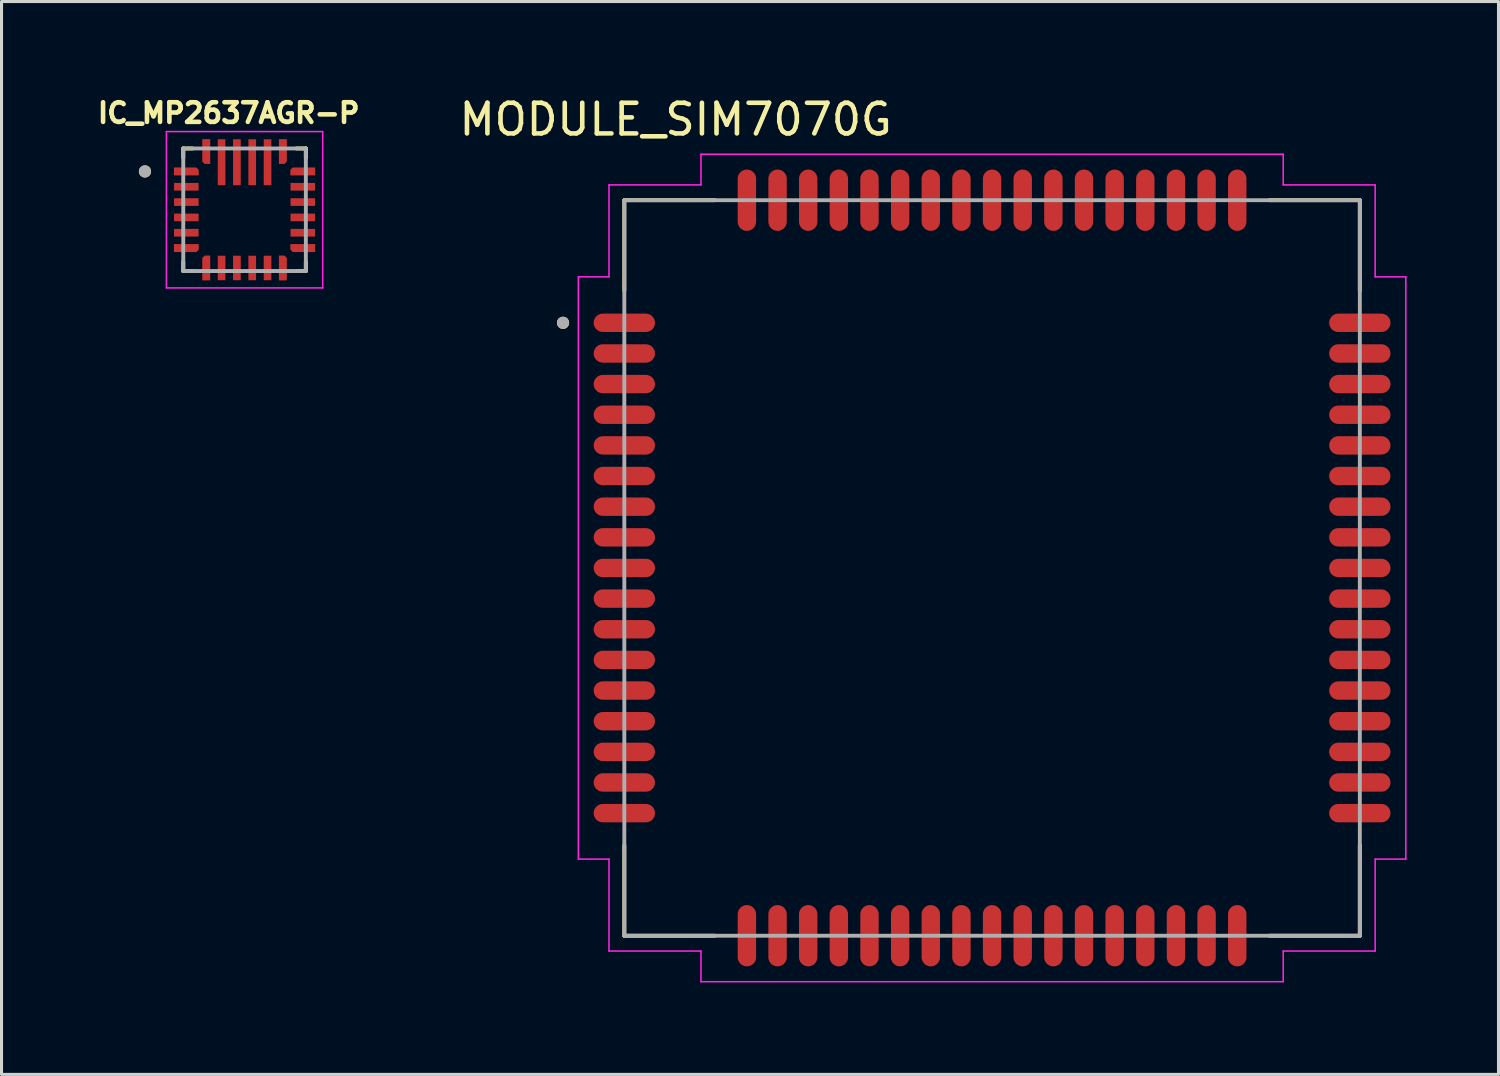
<source format=kicad_pcb>
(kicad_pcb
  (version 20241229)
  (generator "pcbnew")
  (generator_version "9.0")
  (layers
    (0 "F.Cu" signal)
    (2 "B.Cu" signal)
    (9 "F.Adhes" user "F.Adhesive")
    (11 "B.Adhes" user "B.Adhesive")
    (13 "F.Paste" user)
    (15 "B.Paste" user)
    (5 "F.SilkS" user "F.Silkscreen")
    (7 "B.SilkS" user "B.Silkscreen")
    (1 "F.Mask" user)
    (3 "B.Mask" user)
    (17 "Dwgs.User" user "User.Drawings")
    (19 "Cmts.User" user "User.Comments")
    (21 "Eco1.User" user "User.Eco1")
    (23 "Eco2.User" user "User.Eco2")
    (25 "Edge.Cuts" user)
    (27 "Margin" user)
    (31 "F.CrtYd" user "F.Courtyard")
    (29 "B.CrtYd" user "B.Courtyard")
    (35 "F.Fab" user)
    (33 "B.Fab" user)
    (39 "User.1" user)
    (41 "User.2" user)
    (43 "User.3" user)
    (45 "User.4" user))
  (footprint "IC_MP2637AGR-P"
    (layer "F.Cu")
    (at 4.93 3.794)
    (property "Reference" "IC_MP2637AGR-P" (at -0.518 -3.156 0) (layer "F.SilkS") (effects (font (size 0.64 0.64) (thickness 0.15))))
    (attr smd)
    (fp_poly (pts (xy -1.4 -1.025) (xy -2.4 -1.025) (xy -2.4 -1.475) (xy -1.575 -1.475) (xy -1.4 -1.3)) (stroke (width 0.01) (type solid)) (fill yes) (layer "F.Mask"))
    (fp_poly (pts (xy -1.4 1.025) (xy -2.4 1.025) (xy -2.4 1.475) (xy -1.575 1.475) (xy -1.4 1.3)) (stroke (width 0.01) (type solid)) (fill yes) (layer "F.Mask"))
    (fp_poly (pts (xy -1.025 -1.4) (xy -1.025 -2.4) (xy -1.475 -2.4) (xy -1.475 -1.575) (xy -1.3 -1.4)) (stroke (width 0.01) (type solid)) (fill yes) (layer "F.Mask"))
    (fp_poly (pts (xy -1.025 1.4) (xy -1.025 2.4) (xy -1.475 2.4) (xy -1.475 1.575) (xy -1.3 1.4)) (stroke (width 0.01) (type solid)) (fill yes) (layer "F.Mask"))
    (fp_poly (pts (xy 1.025 -1.4) (xy 1.025 -2.4) (xy 1.475 -2.4) (xy 1.475 -1.575) (xy 1.3 -1.4)) (stroke (width 0.01) (type solid)) (fill yes) (layer "F.Mask"))
    (fp_poly (pts (xy 1.025 1.4) (xy 1.025 2.4) (xy 1.475 2.4) (xy 1.475 1.575) (xy 1.3 1.4)) (stroke (width 0.01) (type solid)) (fill yes) (layer "F.Mask"))
    (fp_poly (pts (xy 1.4 -1.025) (xy 2.4 -1.025) (xy 2.4 -1.475) (xy 1.575 -1.475) (xy 1.4 -1.3)) (stroke (width 0.01) (type solid)) (fill yes) (layer "F.Mask"))
    (fp_poly (pts (xy 1.4 1.025) (xy 2.4 1.025) (xy 2.4 1.475) (xy 1.575 1.475) (xy 1.4 1.3)) (stroke (width 0.01) (type solid)) (fill yes) (layer "F.Mask"))
    (fp_line (start -2 -2) (end -1.695 -2) (stroke (width 0.127) (type solid)) (layer "F.SilkS"))
    (fp_line (start -2 -1.695) (end -2 -2) (stroke (width 0.127) (type solid)) (layer "F.SilkS"))
    (fp_line (start -2 2) (end -2 1.695) (stroke (width 0.127) (type solid)) (layer "F.SilkS"))
    (fp_line (start -1.695 2) (end -2 2) (stroke (width 0.127) (type solid)) (layer "F.SilkS"))
    (fp_line (start 1.695 -2) (end 2 -2) (stroke (width 0.127) (type solid)) (layer "F.SilkS"))
    (fp_line (start 2 -2) (end 2 -1.695) (stroke (width 0.127) (type solid)) (layer "F.SilkS"))
    (fp_line (start 2 2) (end 1.695 2) (stroke (width 0.127) (type solid)) (layer "F.SilkS"))
    (fp_line (start 2 2) (end 2 1.695) (stroke (width 0.127) (type solid)) (layer "F.SilkS"))
    (fp_circle (center -3.25 -1.25) (end -3.15 -1.25) (stroke (width 0.2) (type solid)) (fill no) (layer "F.SilkS"))
    (fp_poly (pts (xy -1.5 -1.125) (xy -2.3 -1.125) (xy -2.3 -1.375) (xy -1.575 -1.375) (xy -1.5 -1.3)) (stroke (width 0.01) (type solid)) (fill yes) (layer "F.Paste"))
    (fp_poly (pts (xy -1.5 1.125) (xy -2.3 1.125) (xy -2.3 1.375) (xy -1.575 1.375) (xy -1.5 1.3)) (stroke (width 0.01) (type solid)) (fill yes) (layer "F.Paste"))
    (fp_poly (pts (xy -1.125 -1.5) (xy -1.125 -2.3) (xy -1.375 -2.3) (xy -1.375 -1.575) (xy -1.3 -1.5)) (stroke (width 0.01) (type solid)) (fill yes) (layer "F.Paste"))
    (fp_poly (pts (xy -1.125 1.5) (xy -1.125 2.3) (xy -1.375 2.3) (xy -1.375 1.575) (xy -1.3 1.5)) (stroke (width 0.01) (type solid)) (fill yes) (layer "F.Paste"))
    (fp_poly (pts (xy 1.125 -1.5) (xy 1.125 -2.3) (xy 1.375 -2.3) (xy 1.375 -1.575) (xy 1.3 -1.5)) (stroke (width 0.01) (type solid)) (fill yes) (layer "F.Paste"))
    (fp_poly (pts (xy 1.125 1.5) (xy 1.125 2.3) (xy 1.375 2.3) (xy 1.375 1.575) (xy 1.3 1.5)) (stroke (width 0.01) (type solid)) (fill yes) (layer "F.Paste"))
    (fp_poly (pts (xy 1.5 -1.125) (xy 2.3 -1.125) (xy 2.3 -1.375) (xy 1.575 -1.375) (xy 1.5 -1.3)) (stroke (width 0.01) (type solid)) (fill yes) (layer "F.Paste"))
    (fp_poly (pts (xy 1.5 1.125) (xy 2.3 1.125) (xy 2.3 1.375) (xy 1.575 1.375) (xy 1.5 1.3)) (stroke (width 0.01) (type solid)) (fill yes) (layer "F.Paste"))
    (fp_line (start -2.55 -2.55) (end -2.55 2.55) (stroke (width 0.05) (type solid)) (layer "F.CrtYd"))
    (fp_line (start -2.55 2.55) (end 2.55 2.55) (stroke (width 0.05) (type solid)) (layer "F.CrtYd"))
    (fp_line (start 2.55 -2.55) (end -2.55 -2.55) (stroke (width 0.05) (type solid)) (layer "F.CrtYd"))
    (fp_line (start 2.55 2.55) (end 2.55 -2.55) (stroke (width 0.05) (type solid)) (layer "F.CrtYd"))
    (fp_line (start -2 -2) (end 2 -2) (stroke (width 0.127) (type solid)) (layer "F.Fab"))
    (fp_line (start -2 2) (end -2 -2) (stroke (width 0.127) (type solid)) (layer "F.Fab"))
    (fp_line (start 2 -2) (end 2 2) (stroke (width 0.127) (type solid)) (layer "F.Fab"))
    (fp_line (start 2 2) (end -2 2) (stroke (width 0.127) (type solid)) (layer "F.Fab"))
    (fp_circle (center -3.25 -1.25) (end -3.15 -1.25) (stroke (width 0.2) (type solid)) (fill no) (layer "F.Fab"))
    (pad "1" smd custom (at -1.9 -1.25) (size 0.7 0.15) (layers "F.Cu") (options (anchor rect)) (primitives (gr_poly (pts (xy 0.4 0.125) (xy -0.4 0.125) (xy -0.4 -0.125) (xy 0.325 -0.125) (xy 0.4 -0.05)) (width 0.01) (fill yes))))
    (pad "2" smd rect (at -1.9 -0.75) (size 0.8 0.25) (layers "F.Cu" "F.Mask" "F.Paste"))
    (pad "3" smd rect (at -1.9 -0.25) (size 0.8 0.25) (layers "F.Cu" "F.Mask" "F.Paste"))
    (pad "4" smd rect (at -1.9 0.25) (size 0.8 0.25) (layers "F.Cu" "F.Mask" "F.Paste"))
    (pad "5" smd rect (at -1.9 0.75) (size 0.8 0.25) (layers "F.Cu" "F.Mask" "F.Paste"))
    (pad "6" smd custom (at -1.9 1.25) (size 0.7 0.15) (layers "F.Cu") (options (anchor rect)) (primitives (gr_poly (pts (xy 0.4 -0.125) (xy -0.4 -0.125) (xy -0.4 0.125) (xy 0.325 0.125) (xy 0.4 0.05)) (width 0.01) (fill yes))))
    (pad "7" smd custom (at -1.25 1.9) (size 0.15 0.7) (layers "F.Cu") (options (anchor rect)) (primitives (gr_poly (pts (xy 0.125 -0.4) (xy 0.125 0.4) (xy -0.125 0.4) (xy -0.125 -0.325) (xy -0.05 -0.4)) (width 0.01) (fill yes))))
    (pad "8" smd rect (at -0.75 1.9) (size 0.25 0.8) (layers "F.Cu" "F.Mask" "F.Paste"))
    (pad "9" smd rect (at -0.25 1.9) (size 0.25 0.8) (layers "F.Cu" "F.Mask" "F.Paste"))
    (pad "10" smd rect (at 0.25 1.9) (size 0.25 0.8) (layers "F.Cu" "F.Mask" "F.Paste"))
    (pad "11" smd rect (at 0.75 1.9) (size 0.25 0.8) (layers "F.Cu" "F.Mask" "F.Paste"))
    (pad "12" smd custom (at 1.25 1.9) (size 0.15 0.7) (layers "F.Cu") (options (anchor rect)) (primitives (gr_poly (pts (xy -0.125 -0.4) (xy -0.125 0.4) (xy 0.125 0.4) (xy 0.125 -0.325) (xy 0.05 -0.4)) (width 0.01) (fill yes))))
    (pad "13" smd custom (at 1.9 1.25) (size 0.7 0.15) (layers "F.Cu") (options (anchor rect)) (primitives (gr_poly (pts (xy -0.4 -0.125) (xy 0.4 -0.125) (xy 0.4 0.125) (xy -0.325 0.125) (xy -0.4 0.05)) (width 0.01) (fill yes))))
    (pad "14" smd rect (at 1.9 0.75) (size 0.8 0.25) (layers "F.Cu" "F.Mask" "F.Paste"))
    (pad "15" smd rect (at 1.9 0.25) (size 0.8 0.25) (layers "F.Cu" "F.Mask" "F.Paste"))
    (pad "16" smd rect (at 1.9 -0.25) (size 0.8 0.25) (layers "F.Cu" "F.Mask" "F.Paste"))
    (pad "17" smd rect (at 1.9 -0.75) (size 0.8 0.25) (layers "F.Cu" "F.Mask" "F.Paste"))
    (pad "18" smd custom (at 1.9 -1.25) (size 0.7 0.15) (layers "F.Cu") (options (anchor rect)) (primitives (gr_poly (pts (xy -0.4 0.125) (xy 0.4 0.125) (xy 0.4 -0.125) (xy -0.325 -0.125) (xy -0.4 -0.05)) (width 0.01) (fill yes))))
    (pad "19" smd custom (at 1.25 -1.9) (size 0.15 0.7) (layers "F.Cu") (options (anchor rect)) (primitives (gr_poly (pts (xy -0.125 0.4) (xy -0.125 -0.4) (xy 0.125 -0.4) (xy 0.125 0.325) (xy 0.05 0.4)) (width 0.01) (fill yes))))
    (pad "20" smd rect (at 0.75 -1.55) (size 0.25 1.5) (layers "F.Cu" "F.Mask" "F.Paste"))
    (pad "21" smd rect (at 0.25 -1.55) (size 0.25 1.5) (layers "F.Cu" "F.Mask" "F.Paste"))
    (pad "22" smd rect (at -0.25 -1.55) (size 0.25 1.5) (layers "F.Cu" "F.Mask" "F.Paste"))
    (pad "23" smd rect (at -0.75 -1.55) (size 0.25 1.5) (layers "F.Cu" "F.Mask" "F.Paste"))
    (pad "24" smd custom (at -1.25 -1.9) (size 0.15 0.7) (layers "F.Cu") (options (anchor rect)) (primitives (gr_poly (pts (xy 0.125 0.4) (xy 0.125 -0.4) (xy -0.125 -0.4) (xy -0.125 0.325) (xy -0.05 0.4)) (width 0.01) (fill yes)))))
  (footprint "MODULE_SIM7070G"
    (layer "F.Cu")
    (at 29.322 15.483)
    (property "Reference" "MODULE_SIM7070G" (at -10.325 -14.635 0) (layer "F.SilkS") (effects (font (size 1 1) (thickness 0.15))))
    (attr smd)
    (fp_line (start -12 -12) (end -9.05 -12) (stroke (width 0.127) (type solid)) (layer "F.SilkS"))
    (fp_line (start -12 -9.05) (end -12 -12) (stroke (width 0.127) (type solid)) (layer "F.SilkS"))
    (fp_line (start -12 9.05) (end -12 12) (stroke (width 0.127) (type solid)) (layer "F.SilkS"))
    (fp_line (start -12 12) (end -9.05 12) (stroke (width 0.127) (type solid)) (layer "F.SilkS"))
    (fp_line (start 9.05 -12) (end 12 -12) (stroke (width 0.127) (type solid)) (layer "F.SilkS"))
    (fp_line (start 12 -12) (end 12 -9.05) (stroke (width 0.127) (type solid)) (layer "F.SilkS"))
    (fp_line (start 12 9.05) (end 12 12) (stroke (width 0.127) (type solid)) (layer "F.SilkS"))
    (fp_line (start 12 12) (end 9.05 12) (stroke (width 0.127) (type solid)) (layer "F.SilkS"))
    (fp_circle (center -14 -8) (end -13.9 -8) (stroke (width 0.2) (type solid)) (fill no) (layer "F.SilkS"))
    (fp_line (start -13.5 -9.5) (end -12.5 -9.5) (stroke (width 0.05) (type solid)) (layer "F.CrtYd"))
    (fp_line (start -13.5 9.5) (end -13.5 -9.5) (stroke (width 0.05) (type solid)) (layer "F.CrtYd"))
    (fp_line (start -12.5 -12.5) (end -9.5 -12.5) (stroke (width 0.05) (type solid)) (layer "F.CrtYd"))
    (fp_line (start -12.5 -9.5) (end -12.5 -12.5) (stroke (width 0.05) (type solid)) (layer "F.CrtYd"))
    (fp_line (start -12.5 9.5) (end -13.5 9.5) (stroke (width 0.05) (type solid)) (layer "F.CrtYd"))
    (fp_line (start -12.5 12.5) (end -12.5 9.5) (stroke (width 0.05) (type solid)) (layer "F.CrtYd"))
    (fp_line (start -9.5 -13.5) (end 9.5 -13.5) (stroke (width 0.05) (type solid)) (layer "F.CrtYd"))
    (fp_line (start -9.5 -12.5) (end -9.5 -13.5) (stroke (width 0.05) (type solid)) (layer "F.CrtYd"))
    (fp_line (start -9.5 12.5) (end -12.5 12.5) (stroke (width 0.05) (type solid)) (layer "F.CrtYd"))
    (fp_line (start -9.5 13.5) (end -9.5 12.5) (stroke (width 0.05) (type solid)) (layer "F.CrtYd"))
    (fp_line (start 9.5 -13.5) (end 9.5 -12.5) (stroke (width 0.05) (type solid)) (layer "F.CrtYd"))
    (fp_line (start 9.5 -12.5) (end 12.5 -12.5) (stroke (width 0.05) (type solid)) (layer "F.CrtYd"))
    (fp_line (start 9.5 12.5) (end 9.5 13.5) (stroke (width 0.05) (type solid)) (layer "F.CrtYd"))
    (fp_line (start 9.5 13.5) (end -9.5 13.5) (stroke (width 0.05) (type solid)) (layer "F.CrtYd"))
    (fp_line (start 12.5 -12.5) (end 12.5 -9.5) (stroke (width 0.05) (type solid)) (layer "F.CrtYd"))
    (fp_line (start 12.5 -9.5) (end 13.5 -9.5) (stroke (width 0.05) (type solid)) (layer "F.CrtYd"))
    (fp_line (start 12.5 9.5) (end 12.5 12.5) (stroke (width 0.05) (type solid)) (layer "F.CrtYd"))
    (fp_line (start 12.5 12.5) (end 9.5 12.5) (stroke (width 0.05) (type solid)) (layer "F.CrtYd"))
    (fp_line (start 13.5 -9.5) (end 13.5 9.5) (stroke (width 0.05) (type solid)) (layer "F.CrtYd"))
    (fp_line (start 13.5 9.5) (end 12.5 9.5) (stroke (width 0.05) (type solid)) (layer "F.CrtYd"))
    (fp_line (start -12 -12) (end 12 -12) (stroke (width 0.127) (type solid)) (layer "F.Fab"))
    (fp_line (start -12 12) (end -12 -12) (stroke (width 0.127) (type solid)) (layer "F.Fab"))
    (fp_line (start 12 -12) (end 12 12) (stroke (width 0.127) (type solid)) (layer "F.Fab"))
    (fp_line (start 12 12) (end -12 12) (stroke (width 0.127) (type solid)) (layer "F.Fab"))
    (fp_circle (center -14 -8) (end -13.9 -8) (stroke (width 0.2) (type solid)) (fill no) (layer "F.Fab"))
    (pad "1" smd oval (at -12 -8) (size 2 0.6) (layers "F.Cu" "F.Mask" "F.Paste"))
    (pad "2" smd oval (at -12 -7) (size 2 0.6) (layers "F.Cu" "F.Mask" "F.Paste"))
    (pad "3" smd oval (at -12 -6) (size 2 0.6) (layers "F.Cu" "F.Mask" "F.Paste"))
    (pad "4" smd oval (at -12 -5) (size 2 0.6) (layers "F.Cu" "F.Mask" "F.Paste"))
    (pad "5" smd oval (at -12 -4) (size 2 0.6) (layers "F.Cu" "F.Mask" "F.Paste"))
    (pad "6" smd oval (at -12 -3) (size 2 0.6) (layers "F.Cu" "F.Mask" "F.Paste"))
    (pad "7" smd oval (at -12 -2) (size 2 0.6) (layers "F.Cu" "F.Mask" "F.Paste"))
    (pad "8" smd oval (at -12 -1) (size 2 0.6) (layers "F.Cu" "F.Mask" "F.Paste"))
    (pad "9" smd oval (at -12 0) (size 2 0.6) (layers "F.Cu" "F.Mask" "F.Paste"))
    (pad "10" smd oval (at -12 1) (size 2 0.6) (layers "F.Cu" "F.Mask" "F.Paste"))
    (pad "11" smd oval (at -12 2) (size 2 0.6) (layers "F.Cu" "F.Mask" "F.Paste"))
    (pad "12" smd oval (at -12 3) (size 2 0.6) (layers "F.Cu" "F.Mask" "F.Paste"))
    (pad "13" smd oval (at -12 4) (size 2 0.6) (layers "F.Cu" "F.Mask" "F.Paste"))
    (pad "14" smd oval (at -12 5) (size 2 0.6) (layers "F.Cu" "F.Mask" "F.Paste"))
    (pad "15" smd oval (at -12 6) (size 2 0.6) (layers "F.Cu" "F.Mask" "F.Paste"))
    (pad "16" smd oval (at -12 7) (size 2 0.6) (layers "F.Cu" "F.Mask" "F.Paste"))
    (pad "17" smd oval (at -12 8) (size 2 0.6) (layers "F.Cu" "F.Mask" "F.Paste"))
    (pad "18" smd oval (at -8 12) (size 0.6 2) (layers "F.Cu" "F.Mask" "F.Paste"))
    (pad "19" smd oval (at -7 12) (size 0.6 2) (layers "F.Cu" "F.Mask" "F.Paste"))
    (pad "20" smd oval (at -6 12) (size 0.6 2) (layers "F.Cu" "F.Mask" "F.Paste"))
    (pad "21" smd oval (at -5 12) (size 0.6 2) (layers "F.Cu" "F.Mask" "F.Paste"))
    (pad "22" smd oval (at -4 12) (size 0.6 2) (layers "F.Cu" "F.Mask" "F.Paste"))
    (pad "23" smd oval (at -3 12) (size 0.6 2) (layers "F.Cu" "F.Mask" "F.Paste"))
    (pad "24" smd oval (at -2 12) (size 0.6 2) (layers "F.Cu" "F.Mask" "F.Paste"))
    (pad "25" smd oval (at -1 12) (size 0.6 2) (layers "F.Cu" "F.Mask" "F.Paste"))
    (pad "26" smd oval (at 0 12) (size 0.6 2) (layers "F.Cu" "F.Mask" "F.Paste"))
    (pad "27" smd oval (at 1 12) (size 0.6 2) (layers "F.Cu" "F.Mask" "F.Paste"))
    (pad "28" smd oval (at 2 12) (size 0.6 2) (layers "F.Cu" "F.Mask" "F.Paste"))
    (pad "29" smd oval (at 3 12) (size 0.6 2) (layers "F.Cu" "F.Mask" "F.Paste"))
    (pad "30" smd oval (at 4 12) (size 0.6 2) (layers "F.Cu" "F.Mask" "F.Paste"))
    (pad "31" smd oval (at 5 12) (size 0.6 2) (layers "F.Cu" "F.Mask" "F.Paste"))
    (pad "32" smd oval (at 6 12) (size 0.6 2) (layers "F.Cu" "F.Mask" "F.Paste"))
    (pad "33" smd oval (at 7 12) (size 0.6 2) (layers "F.Cu" "F.Mask" "F.Paste"))
    (pad "34" smd oval (at 8 12) (size 0.6 2) (layers "F.Cu" "F.Mask" "F.Paste"))
    (pad "35" smd oval (at 12 8) (size 2 0.6) (layers "F.Cu" "F.Mask" "F.Paste"))
    (pad "36" smd oval (at 12 7) (size 2 0.6) (layers "F.Cu" "F.Mask" "F.Paste"))
    (pad "37" smd oval (at 12 6) (size 2 0.6) (layers "F.Cu" "F.Mask" "F.Paste"))
    (pad "38" smd oval (at 12 5) (size 2 0.6) (layers "F.Cu" "F.Mask" "F.Paste"))
    (pad "39" smd oval (at 12 4) (size 2 0.6) (layers "F.Cu" "F.Mask" "F.Paste"))
    (pad "40" smd oval (at 12 3) (size 2 0.6) (layers "F.Cu" "F.Mask" "F.Paste"))
    (pad "41" smd oval (at 12 2) (size 2 0.6) (layers "F.Cu" "F.Mask" "F.Paste"))
    (pad "42" smd oval (at 12 1) (size 2 0.6) (layers "F.Cu" "F.Mask" "F.Paste"))
    (pad "43" smd oval (at 12 0) (size 2 0.6) (layers "F.Cu" "F.Mask" "F.Paste"))
    (pad "44" smd oval (at 12 -1) (size 2 0.6) (layers "F.Cu" "F.Mask" "F.Paste"))
    (pad "45" smd oval (at 12 -2) (size 2 0.6) (layers "F.Cu" "F.Mask" "F.Paste"))
    (pad "46" smd oval (at 12 -3) (size 2 0.6) (layers "F.Cu" "F.Mask" "F.Paste"))
    (pad "47" smd oval (at 12 -4) (size 2 0.6) (layers "F.Cu" "F.Mask" "F.Paste"))
    (pad "48" smd oval (at 12 -5) (size 2 0.6) (layers "F.Cu" "F.Mask" "F.Paste"))
    (pad "49" smd oval (at 12 -6) (size 2 0.6) (layers "F.Cu" "F.Mask" "F.Paste"))
    (pad "50" smd oval (at 12 -7) (size 2 0.6) (layers "F.Cu" "F.Mask" "F.Paste"))
    (pad "51" smd oval (at 12 -8) (size 2 0.6) (layers "F.Cu" "F.Mask" "F.Paste"))
    (pad "52" smd oval (at 8 -12) (size 0.6 2) (layers "F.Cu" "F.Mask" "F.Paste"))
    (pad "53" smd oval (at 7 -12) (size 0.6 2) (layers "F.Cu" "F.Mask" "F.Paste"))
    (pad "54" smd oval (at 6 -12) (size 0.6 2) (layers "F.Cu" "F.Mask" "F.Paste"))
    (pad "55" smd oval (at 5 -12) (size 0.6 2) (layers "F.Cu" "F.Mask" "F.Paste"))
    (pad "56" smd oval (at 4 -12) (size 0.6 2) (layers "F.Cu" "F.Mask" "F.Paste"))
    (pad "57" smd oval (at 3 -12) (size 0.6 2) (layers "F.Cu" "F.Mask" "F.Paste"))
    (pad "58" smd oval (at 2 -12) (size 0.6 2) (layers "F.Cu" "F.Mask" "F.Paste"))
    (pad "59" smd oval (at 1 -12) (size 0.6 2) (layers "F.Cu" "F.Mask" "F.Paste"))
    (pad "60" smd oval (at 0 -12) (size 0.6 2) (layers "F.Cu" "F.Mask" "F.Paste"))
    (pad "61" smd oval (at -1 -12) (size 0.6 2) (layers "F.Cu" "F.Mask" "F.Paste"))
    (pad "62" smd oval (at -2 -12) (size 0.6 2) (layers "F.Cu" "F.Mask" "F.Paste"))
    (pad "63" smd oval (at -3 -12) (size 0.6 2) (layers "F.Cu" "F.Mask" "F.Paste"))
    (pad "64" smd oval (at -4 -12) (size 0.6 2) (layers "F.Cu" "F.Mask" "F.Paste"))
    (pad "65" smd oval (at -5 -12) (size 0.6 2) (layers "F.Cu" "F.Mask" "F.Paste"))
    (pad "66" smd oval (at -6 -12) (size 0.6 2) (layers "F.Cu" "F.Mask" "F.Paste"))
    (pad "67" smd oval (at -7 -12) (size 0.6 2) (layers "F.Cu" "F.Mask" "F.Paste"))
    (pad "68" smd oval (at -8 -12) (size 0.6 2) (layers "F.Cu" "F.Mask" "F.Paste"))
    (zone (net_name "") (layer "F.Cu") (hatch full 0.508) (connect_pads) (min_thickness 0.01) (filled_areas_thickness no) (keepout (tracks not_allowed) (vias not_allowed) (pads not_allowed) (copperpour not_allowed) (footprints allowed)) (placement (enabled no)) (fill) (polygon (pts (xy 18.422 6.283) (xy 20.822 6.283) (xy 20.822 8.683) (xy 18.422 8.683))))
    (zone (net_name "") (layer "F.Cu") (hatch full 0.508) (connect_pads) (min_thickness 0.01) (filled_areas_thickness no) (keepout (tracks not_allowed) (vias not_allowed) (pads not_allowed) (copperpour not_allowed) (footprints allowed)) (placement (enabled no)) (fill) (polygon (pts (xy 30.622 17.383) (xy 33.022 17.383) (xy 33.022 19.783) (xy 30.622 19.783))))
    (zone (net_name "") (layers "F.Cu" "B.Cu") (hatch full 0.508) (connect_pads) (min_thickness 0.01) (filled_areas_thickness no) (keepout (tracks allowed) (vias not_allowed) (pads allowed) (copperpour allowed) (footprints allowed)) (placement (enabled no)) (fill) (polygon (pts (xy 18.422 6.283) (xy 20.822 6.283) (xy 20.822 8.683) (xy 18.422 8.683))))
    (zone (net_name "") (layers "F.Cu" "B.Cu") (hatch full 0.508) (connect_pads) (min_thickness 0.01) (filled_areas_thickness no) (keepout (tracks allowed) (vias not_allowed) (pads allowed) (copperpour allowed) (footprints allowed)) (placement (enabled no)) (fill) (polygon (pts (xy 30.622 17.383) (xy 33.022 17.383) (xy 33.022 19.783) (xy 30.622 19.783)))))
  (gr_rect
    (start -3 -3)
    (end 45.847 32.008)
    (stroke (width 0.1) (type default))
    (fill no)
    (layer "Edge.Cuts")))
</source>
